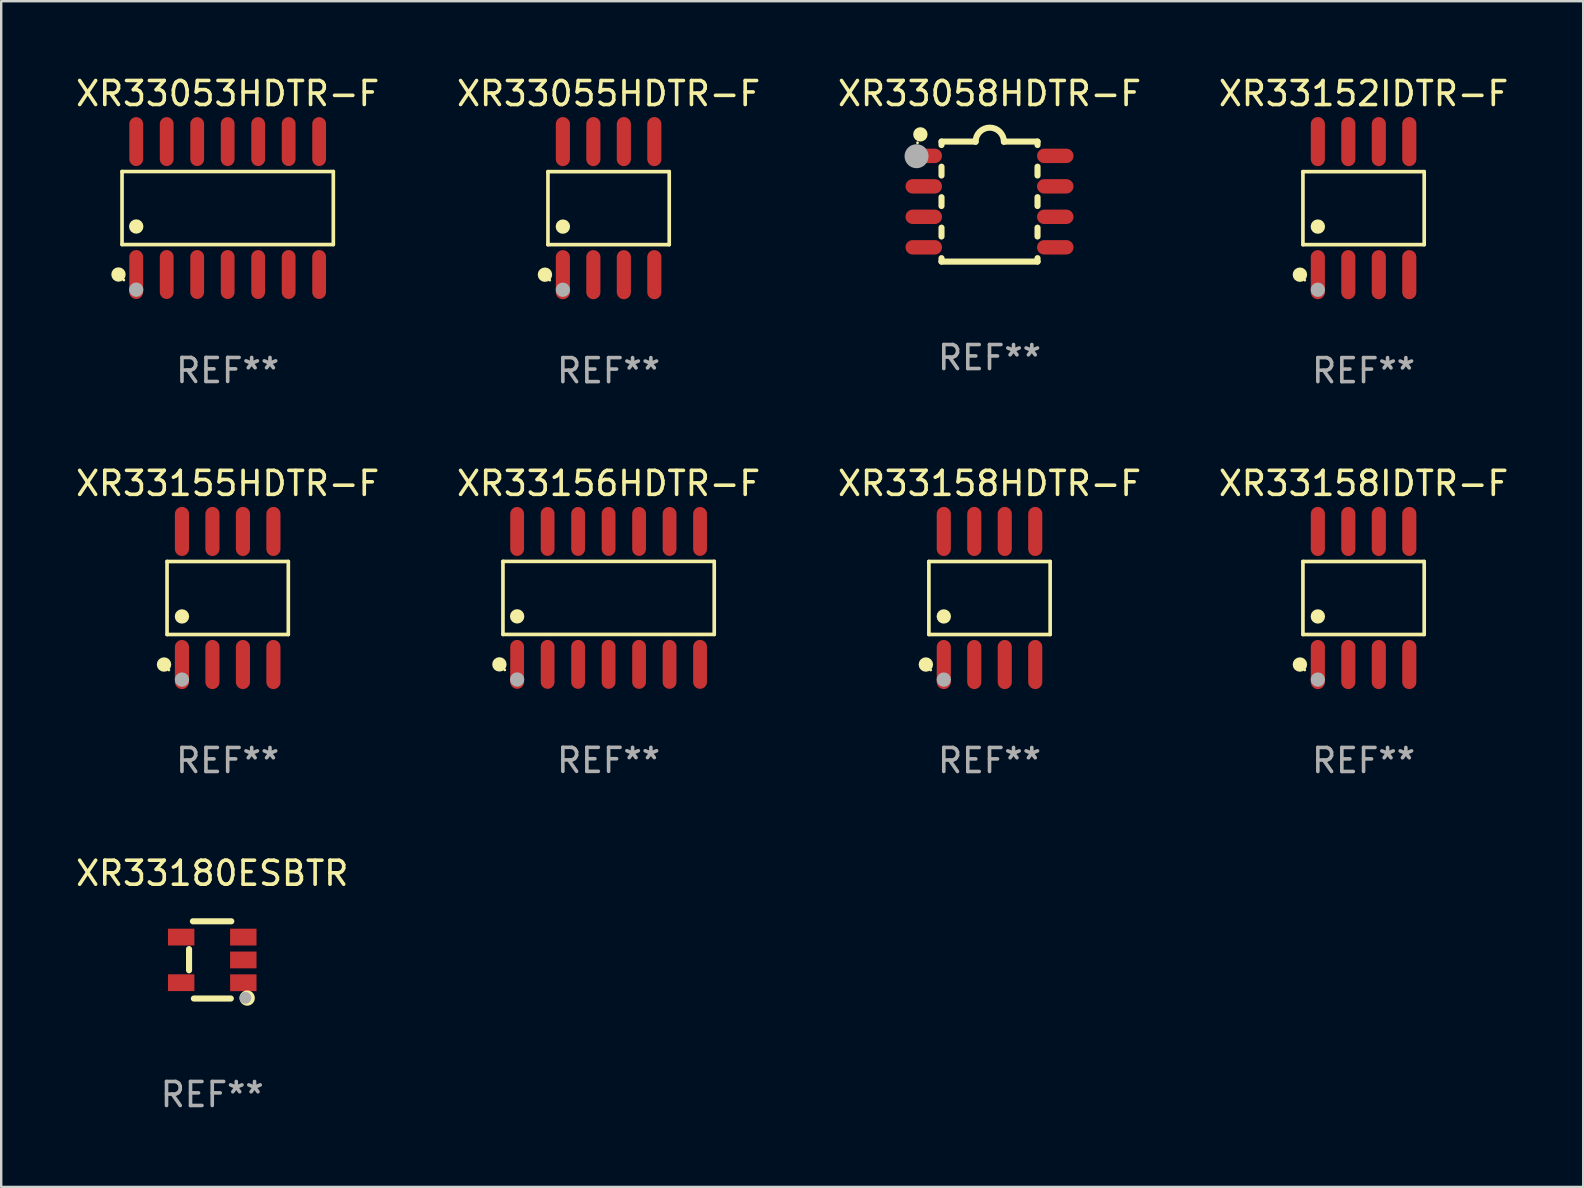
<source format=kicad_pcb>
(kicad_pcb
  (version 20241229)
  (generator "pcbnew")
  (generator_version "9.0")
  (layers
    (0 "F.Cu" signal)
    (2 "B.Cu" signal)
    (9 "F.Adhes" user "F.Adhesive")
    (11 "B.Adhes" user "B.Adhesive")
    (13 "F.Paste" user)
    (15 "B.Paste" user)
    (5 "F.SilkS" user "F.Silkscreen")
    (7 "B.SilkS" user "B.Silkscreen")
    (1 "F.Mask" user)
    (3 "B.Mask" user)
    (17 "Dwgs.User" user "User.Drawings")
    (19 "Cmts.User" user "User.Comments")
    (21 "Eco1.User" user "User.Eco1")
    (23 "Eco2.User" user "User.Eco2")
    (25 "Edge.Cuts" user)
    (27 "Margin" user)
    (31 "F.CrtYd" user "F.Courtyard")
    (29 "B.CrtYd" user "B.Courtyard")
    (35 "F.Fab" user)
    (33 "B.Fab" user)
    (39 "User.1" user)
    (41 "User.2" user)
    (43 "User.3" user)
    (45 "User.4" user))
  (footprint "XR33053HDTR-F"
    (layer "F.Cu")
    (at 6.435 5.617)
    (property "Reference" "XR33053HDTR-F" (at 0 -4.769 0) (layer "F.SilkS") (effects (font (size 1 1) (thickness 0.15))))
    (attr through_hole)
    (fp_line (start -4.401 -1.521) (end 4.401 -1.521) (stroke (width 0.152) (type solid)) (layer "F.SilkS"))
    (fp_line (start -4.401 1.521) (end -4.401 -1.521) (stroke (width 0.152) (type solid)) (layer "F.SilkS"))
    (fp_line (start 4.401 -1.521) (end 4.401 1.521) (stroke (width 0.152) (type solid)) (layer "F.SilkS"))
    (fp_line (start 4.401 1.521) (end -4.401 1.521) (stroke (width 0.152) (type solid)) (layer "F.SilkS"))
    (fp_circle (center -4.549 2.769) (end -4.399 2.769) (stroke (width 0.3) (type solid)) (fill no) (layer "F.SilkS"))
    (fp_circle (center -4.325 3) (end -4.295 3) (stroke (width 0.06) (type solid)) (fill no) (layer "F.SilkS"))
    (fp_circle (center -3.81 0.769) (end -3.66 0.769) (stroke (width 0.3) (type solid)) (fill no) (layer "F.SilkS"))
    (fp_circle (center -3.81 3.4) (end -3.66 3.4) (stroke (width 0.3) (type solid)) (fill no) (layer "F.Fab"))
    (fp_text user "REF**" (at 0 6.769 0) (layer "F.Fab") (effects (font (size 1 1) (thickness 0.15))))
    (pad "1" smd oval (at -3.81 2.769) (size 0.574 2.038) (layers "F.Cu" "F.Mask" "F.Paste"))
    (pad "2" smd oval (at -2.54 2.769) (size 0.574 2.038) (layers "F.Cu" "F.Mask" "F.Paste"))
    (pad "3" smd oval (at -1.27 2.769) (size 0.574 2.038) (layers "F.Cu" "F.Mask" "F.Paste"))
    (pad "4" smd oval (at 0 2.769) (size 0.574 2.038) (layers "F.Cu" "F.Mask" "F.Paste"))
    (pad "5" smd oval (at 1.27 2.769) (size 0.574 2.038) (layers "F.Cu" "F.Mask" "F.Paste"))
    (pad "6" smd oval (at 2.54 2.769) (size 0.574 2.038) (layers "F.Cu" "F.Mask" "F.Paste"))
    (pad "7" smd oval (at 3.81 2.769) (size 0.574 2.038) (layers "F.Cu" "F.Mask" "F.Paste"))
    (pad "8" smd oval (at 3.81 -2.769) (size 0.574 2.038) (layers "F.Cu" "F.Mask" "F.Paste"))
    (pad "9" smd oval (at 2.54 -2.769) (size 0.574 2.038) (layers "F.Cu" "F.Mask" "F.Paste"))
    (pad "10" smd oval (at 1.27 -2.769) (size 0.574 2.038) (layers "F.Cu" "F.Mask" "F.Paste"))
    (pad "11" smd oval (at 0 -2.769) (size 0.574 2.038) (layers "F.Cu" "F.Mask" "F.Paste"))
    (pad "12" smd oval (at -1.27 -2.769) (size 0.574 2.038) (layers "F.Cu" "F.Mask" "F.Paste"))
    (pad "13" smd oval (at -2.54 -2.769) (size 0.574 2.038) (layers "F.Cu" "F.Mask" "F.Paste"))
    (pad "14" smd oval (at -3.81 -2.769) (size 0.574 2.038) (layers "F.Cu" "F.Mask" "F.Paste")))
  (footprint "XR33055HDTR-F"
    (layer "F.Cu")
    (at 22.304 5.621)
    (property "Reference" "XR33055HDTR-F" (at 0 -4.772 0) (layer "F.SilkS") (effects (font (size 1 1) (thickness 0.15))))
    (attr through_hole)
    (fp_line (start -2.526 -1.521) (end 2.526 -1.521) (stroke (width 0.152) (type solid)) (layer "F.SilkS"))
    (fp_line (start -2.526 1.521) (end -2.526 -1.521) (stroke (width 0.152) (type solid)) (layer "F.SilkS"))
    (fp_line (start 2.526 -1.521) (end 2.526 1.521) (stroke (width 0.152) (type solid)) (layer "F.SilkS"))
    (fp_line (start 2.526 1.521) (end -2.526 1.521) (stroke (width 0.152) (type solid)) (layer "F.SilkS"))
    (fp_circle (center -2.652 2.772) (end -2.501 2.772) (stroke (width 0.3) (type solid)) (fill no) (layer "F.SilkS"))
    (fp_circle (center -2.45 3) (end -2.42 3) (stroke (width 0.06) (type solid)) (fill no) (layer "F.SilkS"))
    (fp_circle (center -1.905 0.769) (end -1.755 0.769) (stroke (width 0.3) (type solid)) (fill no) (layer "F.SilkS"))
    (fp_circle (center -1.905 3.4) (end -1.755 3.4) (stroke (width 0.3) (type solid)) (fill no) (layer "F.Fab"))
    (fp_text user "REF**" (at 0 6.772 0) (layer "F.Fab") (effects (font (size 1 1) (thickness 0.15))))
    (pad "1" smd oval (at -1.905 2.772) (size 0.588 2.045) (layers "F.Cu" "F.Mask" "F.Paste"))
    (pad "2" smd oval (at -0.635 2.772) (size 0.588 2.045) (layers "F.Cu" "F.Mask" "F.Paste"))
    (pad "3" smd oval (at 0.635 2.772) (size 0.588 2.045) (layers "F.Cu" "F.Mask" "F.Paste"))
    (pad "4" smd oval (at 1.905 2.772) (size 0.588 2.045) (layers "F.Cu" "F.Mask" "F.Paste"))
    (pad "5" smd oval (at 1.905 -2.772) (size 0.588 2.045) (layers "F.Cu" "F.Mask" "F.Paste"))
    (pad "6" smd oval (at 0.635 -2.772) (size 0.588 2.045) (layers "F.Cu" "F.Mask" "F.Paste"))
    (pad "7" smd oval (at -0.635 -2.772) (size 0.588 2.045) (layers "F.Cu" "F.Mask" "F.Paste"))
    (pad "8" smd oval (at -1.905 -2.772) (size 0.588 2.045) (layers "F.Cu" "F.Mask" "F.Paste")))
  (footprint "XR33152IDTR-F"
    (layer "F.Cu")
    (at 53.756 5.621)
    (property "Reference" "XR33152IDTR-F" (at 0 -4.772 0) (layer "F.SilkS") (effects (font (size 1 1) (thickness 0.15))))
    (attr through_hole)
    (fp_line (start -2.526 -1.521) (end 2.526 -1.521) (stroke (width 0.152) (type solid)) (layer "F.SilkS"))
    (fp_line (start -2.526 1.521) (end -2.526 -1.521) (stroke (width 0.152) (type solid)) (layer "F.SilkS"))
    (fp_line (start 2.526 -1.521) (end 2.526 1.521) (stroke (width 0.152) (type solid)) (layer "F.SilkS"))
    (fp_line (start 2.526 1.521) (end -2.526 1.521) (stroke (width 0.152) (type solid)) (layer "F.SilkS"))
    (fp_circle (center -2.652 2.772) (end -2.501 2.772) (stroke (width 0.3) (type solid)) (fill no) (layer "F.SilkS"))
    (fp_circle (center -2.45 3) (end -2.42 3) (stroke (width 0.06) (type solid)) (fill no) (layer "F.SilkS"))
    (fp_circle (center -1.905 0.769) (end -1.755 0.769) (stroke (width 0.3) (type solid)) (fill no) (layer "F.SilkS"))
    (fp_circle (center -1.905 3.4) (end -1.755 3.4) (stroke (width 0.3) (type solid)) (fill no) (layer "F.Fab"))
    (fp_text user "REF**" (at 0 6.772 0) (layer "F.Fab") (effects (font (size 1 1) (thickness 0.15))))
    (pad "1" smd oval (at -1.905 2.772) (size 0.588 2.045) (layers "F.Cu" "F.Mask" "F.Paste"))
    (pad "2" smd oval (at -0.635 2.772) (size 0.588 2.045) (layers "F.Cu" "F.Mask" "F.Paste"))
    (pad "3" smd oval (at 0.635 2.772) (size 0.588 2.045) (layers "F.Cu" "F.Mask" "F.Paste"))
    (pad "4" smd oval (at 1.905 2.772) (size 0.588 2.045) (layers "F.Cu" "F.Mask" "F.Paste"))
    (pad "5" smd oval (at 1.905 -2.772) (size 0.588 2.045) (layers "F.Cu" "F.Mask" "F.Paste"))
    (pad "6" smd oval (at 0.635 -2.772) (size 0.588 2.045) (layers "F.Cu" "F.Mask" "F.Paste"))
    (pad "7" smd oval (at -0.635 -2.772) (size 0.588 2.045) (layers "F.Cu" "F.Mask" "F.Paste"))
    (pad "8" smd oval (at -1.905 -2.772) (size 0.588 2.045) (layers "F.Cu" "F.Mask" "F.Paste")))
  (footprint "XR33156HDTR-F"
    (layer "F.Cu")
    (at 22.304 21.859)
    (property "Reference" "XR33156HDTR-F" (at 0 -4.769 0) (layer "F.SilkS") (effects (font (size 1 1) (thickness 0.15))))
    (attr through_hole)
    (fp_line (start -4.401 -1.521) (end 4.401 -1.521) (stroke (width 0.152) (type solid)) (layer "F.SilkS"))
    (fp_line (start -4.401 1.521) (end -4.401 -1.521) (stroke (width 0.152) (type solid)) (layer "F.SilkS"))
    (fp_line (start 4.401 -1.521) (end 4.401 1.521) (stroke (width 0.152) (type solid)) (layer "F.SilkS"))
    (fp_line (start 4.401 1.521) (end -4.401 1.521) (stroke (width 0.152) (type solid)) (layer "F.SilkS"))
    (fp_circle (center -4.549 2.769) (end -4.399 2.769) (stroke (width 0.3) (type solid)) (fill no) (layer "F.SilkS"))
    (fp_circle (center -4.325 3) (end -4.295 3) (stroke (width 0.06) (type solid)) (fill no) (layer "F.SilkS"))
    (fp_circle (center -3.81 0.769) (end -3.66 0.769) (stroke (width 0.3) (type solid)) (fill no) (layer "F.SilkS"))
    (fp_circle (center -3.81 3.4) (end -3.66 3.4) (stroke (width 0.3) (type solid)) (fill no) (layer "F.Fab"))
    (fp_text user "REF**" (at 0 6.769 0) (layer "F.Fab") (effects (font (size 1 1) (thickness 0.15))))
    (pad "1" smd oval (at -3.81 2.769) (size 0.574 2.038) (layers "F.Cu" "F.Mask" "F.Paste"))
    (pad "2" smd oval (at -2.54 2.769) (size 0.574 2.038) (layers "F.Cu" "F.Mask" "F.Paste"))
    (pad "3" smd oval (at -1.27 2.769) (size 0.574 2.038) (layers "F.Cu" "F.Mask" "F.Paste"))
    (pad "4" smd oval (at 0 2.769) (size 0.574 2.038) (layers "F.Cu" "F.Mask" "F.Paste"))
    (pad "5" smd oval (at 1.27 2.769) (size 0.574 2.038) (layers "F.Cu" "F.Mask" "F.Paste"))
    (pad "6" smd oval (at 2.54 2.769) (size 0.574 2.038) (layers "F.Cu" "F.Mask" "F.Paste"))
    (pad "7" smd oval (at 3.81 2.769) (size 0.574 2.038) (layers "F.Cu" "F.Mask" "F.Paste"))
    (pad "8" smd oval (at 3.81 -2.769) (size 0.574 2.038) (layers "F.Cu" "F.Mask" "F.Paste"))
    (pad "9" smd oval (at 2.54 -2.769) (size 0.574 2.038) (layers "F.Cu" "F.Mask" "F.Paste"))
    (pad "10" smd oval (at 1.27 -2.769) (size 0.574 2.038) (layers "F.Cu" "F.Mask" "F.Paste"))
    (pad "11" smd oval (at 0 -2.769) (size 0.574 2.038) (layers "F.Cu" "F.Mask" "F.Paste"))
    (pad "12" smd oval (at -1.27 -2.769) (size 0.574 2.038) (layers "F.Cu" "F.Mask" "F.Paste"))
    (pad "13" smd oval (at -2.54 -2.769) (size 0.574 2.038) (layers "F.Cu" "F.Mask" "F.Paste"))
    (pad "14" smd oval (at -3.81 -2.769) (size 0.574 2.038) (layers "F.Cu" "F.Mask" "F.Paste")))
  (footprint "XR33180ESBTR"
    (layer "F.Cu")
    (at 5.792 36.94)
    (property "Reference" "XR33180ESBTR" (at 0 -3.609 0) (layer "F.SilkS") (effects (font (size 1 1) (thickness 0.15))))
    (attr through_hole)
    (fp_line (start -0.966 0.433) (end -0.966 -0.451) (stroke (width 0.254) (type solid)) (layer "F.SilkS"))
    (fp_line (start -0.806 -1.609) (end 0.794 -1.609) (stroke (width 0.254) (type solid)) (layer "F.SilkS"))
    (fp_line (start -0.766 1.609) (end 0.774 1.609) (stroke (width 0.254) (type solid)) (layer "F.SilkS"))
    (fp_circle (center 1.4 1.45) (end 1.43 1.45) (stroke (width 0.06) (type solid)) (fill no) (layer "F.SilkS"))
    (fp_circle (center 1.456 1.589) (end 1.52 1.589) (stroke (width 0.254) (type solid)) (fill no) (layer "F.SilkS"))
    (fp_circle (center 1.38 1.58) (end 1.505 1.58) (stroke (width 0.25) (type solid)) (fill no) (layer "F.Fab"))
    (fp_text user "REF**" (at 0 5.609 0) (layer "F.Fab") (effects (font (size 1 1) (thickness 0.15))))
    (pad "1" smd rect (at 1.294 0.951) (size 1.1 0.7) (layers "F.Cu" "F.Mask" "F.Paste"))
    (pad "2" smd rect (at 1.294 0.001) (size 1.1 0.7) (layers "F.Cu" "F.Mask" "F.Paste"))
    (pad "3" smd rect (at 1.294 -0.951) (size 1.1 0.7) (layers "F.Cu" "F.Mask" "F.Paste"))
    (pad "4" smd rect (at -1.294 -0.951 180) (size 1.1 0.7) (layers "F.Cu" "F.Mask" "F.Paste"))
    (pad "5" smd rect (at -1.294 0.949 180) (size 1.1 0.7) (layers "F.Cu" "F.Mask" "F.Paste")))
  (footprint "XR33155HDTR-F"
    (layer "F.Cu")
    (at 6.435 21.862)
    (property "Reference" "XR33155HDTR-F" (at 0 -4.772 0) (layer "F.SilkS") (effects (font (size 1 1) (thickness 0.15))))
    (attr through_hole)
    (fp_line (start -2.526 -1.521) (end 2.526 -1.521) (stroke (width 0.152) (type solid)) (layer "F.SilkS"))
    (fp_line (start -2.526 1.521) (end -2.526 -1.521) (stroke (width 0.152) (type solid)) (layer "F.SilkS"))
    (fp_line (start 2.526 -1.521) (end 2.526 1.521) (stroke (width 0.152) (type solid)) (layer "F.SilkS"))
    (fp_line (start 2.526 1.521) (end -2.526 1.521) (stroke (width 0.152) (type solid)) (layer "F.SilkS"))
    (fp_circle (center -2.652 2.772) (end -2.501 2.772) (stroke (width 0.3) (type solid)) (fill no) (layer "F.SilkS"))
    (fp_circle (center -2.45 3) (end -2.42 3) (stroke (width 0.06) (type solid)) (fill no) (layer "F.SilkS"))
    (fp_circle (center -1.905 0.769) (end -1.755 0.769) (stroke (width 0.3) (type solid)) (fill no) (layer "F.SilkS"))
    (fp_circle (center -1.905 3.4) (end -1.755 3.4) (stroke (width 0.3) (type solid)) (fill no) (layer "F.Fab"))
    (fp_text user "REF**" (at 0 6.772 0) (layer "F.Fab") (effects (font (size 1 1) (thickness 0.15))))
    (pad "1" smd oval (at -1.905 2.772) (size 0.588 2.045) (layers "F.Cu" "F.Mask" "F.Paste"))
    (pad "2" smd oval (at -0.635 2.772) (size 0.588 2.045) (layers "F.Cu" "F.Mask" "F.Paste"))
    (pad "3" smd oval (at 0.635 2.772) (size 0.588 2.045) (layers "F.Cu" "F.Mask" "F.Paste"))
    (pad "4" smd oval (at 1.905 2.772) (size 0.588 2.045) (layers "F.Cu" "F.Mask" "F.Paste"))
    (pad "5" smd oval (at 1.905 -2.772) (size 0.588 2.045) (layers "F.Cu" "F.Mask" "F.Paste"))
    (pad "6" smd oval (at 0.635 -2.772) (size 0.588 2.045) (layers "F.Cu" "F.Mask" "F.Paste"))
    (pad "7" smd oval (at -0.635 -2.772) (size 0.588 2.045) (layers "F.Cu" "F.Mask" "F.Paste"))
    (pad "8" smd oval (at -1.905 -2.772) (size 0.588 2.045) (layers "F.Cu" "F.Mask" "F.Paste")))
  (footprint "XR33058HDTR-F"
    (layer "F.Cu")
    (at 38.173 5.348)
    (property "Reference" "XR33058HDTR-F" (at 0 -4.5 0) (layer "F.SilkS") (effects (font (size 1 1) (thickness 0.15))))
    (attr through_hole)
    (fp_line (start -2 -2.5) (end -2 -2.356) (stroke (width 0.254) (type solid)) (layer "F.SilkS"))
    (fp_line (start -2 -1.454) (end -2 -1.086) (stroke (width 0.254) (type solid)) (layer "F.SilkS"))
    (fp_line (start -2 -0.184) (end -2 0.184) (stroke (width 0.254) (type solid)) (layer "F.SilkS"))
    (fp_line (start -2 1.086) (end -2 1.454) (stroke (width 0.254) (type solid)) (layer "F.SilkS"))
    (fp_line (start -2 2.356) (end -2 2.5) (stroke (width 0.254) (type solid)) (layer "F.SilkS"))
    (fp_line (start -0.58 -2.5) (end -2 -2.5) (stroke (width 0.254) (type solid)) (layer "F.SilkS"))
    (fp_line (start 2 -2.5) (end 0.6 -2.5) (stroke (width 0.254) (type solid)) (layer "F.SilkS"))
    (fp_line (start 2 -2.5) (end 2 -2.356) (stroke (width 0.254) (type solid)) (layer "F.SilkS"))
    (fp_line (start 2 -1.454) (end 2 -1.086) (stroke (width 0.254) (type solid)) (layer "F.SilkS"))
    (fp_line (start 2 -0.184) (end 2 0.184) (stroke (width 0.254) (type solid)) (layer "F.SilkS"))
    (fp_line (start 2 1.086) (end 2 1.454) (stroke (width 0.254) (type solid)) (layer "F.SilkS"))
    (fp_line (start 2 2.356) (end 2 2.5) (stroke (width 0.254) (type solid)) (layer "F.SilkS"))
    (fp_line (start 2 2.5) (end -2 2.5) (stroke (width 0.254) (type solid)) (layer "F.SilkS"))
    (fp_arc (start -0.579908 -2.489992) (mid 0.010097 -3.07831) (end 0.600102 -2.489992) (stroke (width 0.254001) (type solid)) (layer "F.SilkS"))
    (fp_circle (center -3 -2.45) (end -2.97 -2.45) (stroke (width 0.06) (type solid)) (fill no) (layer "F.SilkS"))
    (fp_circle (center -2.88 -2.8) (end -2.73 -2.8) (stroke (width 0.3) (type solid)) (fill no) (layer "F.SilkS"))
    (fp_circle (center -3.04 -1.89) (end -2.79 -1.89) (stroke (width 0.5) (type solid)) (fill no) (layer "F.Fab"))
    (fp_text user "REF**" (at 0 6.5 0) (layer "F.Fab") (effects (font (size 1 1) (thickness 0.15))))
    (pad "1" smd oval (at -2.74 -1.905 90) (size 0.6 1.52) (layers "F.Cu" "F.Mask" "F.Paste"))
    (pad "2" smd oval (at -2.74 -0.635 90) (size 0.6 1.52) (layers "F.Cu" "F.Mask" "F.Paste"))
    (pad "3" smd oval (at -2.74 0.635 90) (size 0.6 1.52) (layers "F.Cu" "F.Mask" "F.Paste"))
    (pad "4" smd oval (at -2.74 1.905 90) (size 0.6 1.52) (layers "F.Cu" "F.Mask" "F.Paste"))
    (pad "5" smd oval (at 2.74 1.905 90) (size 0.6 1.52) (layers "F.Cu" "F.Mask" "F.Paste"))
    (pad "6" smd oval (at 2.74 0.635 90) (size 0.6 1.52) (layers "F.Cu" "F.Mask" "F.Paste"))
    (pad "7" smd oval (at 2.74 -0.635 90) (size 0.6 1.52) (layers "F.Cu" "F.Mask" "F.Paste"))
    (pad "8" smd oval (at 2.74 -1.905 90) (size 0.6 1.52) (layers "F.Cu" "F.Mask" "F.Paste")))
  (footprint "XR33158IDTR-F"
    (layer "F.Cu")
    (at 53.756 21.862)
    (property "Reference" "XR33158IDTR-F" (at 0 -4.772 0) (layer "F.SilkS") (effects (font (size 1 1) (thickness 0.15))))
    (attr through_hole)
    (fp_line (start -2.526 -1.521) (end 2.526 -1.521) (stroke (width 0.152) (type solid)) (layer "F.SilkS"))
    (fp_line (start -2.526 1.521) (end -2.526 -1.521) (stroke (width 0.152) (type solid)) (layer "F.SilkS"))
    (fp_line (start 2.526 -1.521) (end 2.526 1.521) (stroke (width 0.152) (type solid)) (layer "F.SilkS"))
    (fp_line (start 2.526 1.521) (end -2.526 1.521) (stroke (width 0.152) (type solid)) (layer "F.SilkS"))
    (fp_circle (center -2.652 2.772) (end -2.501 2.772) (stroke (width 0.3) (type solid)) (fill no) (layer "F.SilkS"))
    (fp_circle (center -2.45 3) (end -2.42 3) (stroke (width 0.06) (type solid)) (fill no) (layer "F.SilkS"))
    (fp_circle (center -1.905 0.769) (end -1.755 0.769) (stroke (width 0.3) (type solid)) (fill no) (layer "F.SilkS"))
    (fp_circle (center -1.905 3.4) (end -1.755 3.4) (stroke (width 0.3) (type solid)) (fill no) (layer "F.Fab"))
    (fp_text user "REF**" (at 0 6.772 0) (layer "F.Fab") (effects (font (size 1 1) (thickness 0.15))))
    (pad "1" smd oval (at -1.905 2.772) (size 0.588 2.045) (layers "F.Cu" "F.Mask" "F.Paste"))
    (pad "2" smd oval (at -0.635 2.772) (size 0.588 2.045) (layers "F.Cu" "F.Mask" "F.Paste"))
    (pad "3" smd oval (at 0.635 2.772) (size 0.588 2.045) (layers "F.Cu" "F.Mask" "F.Paste"))
    (pad "4" smd oval (at 1.905 2.772) (size 0.588 2.045) (layers "F.Cu" "F.Mask" "F.Paste"))
    (pad "5" smd oval (at 1.905 -2.772) (size 0.588 2.045) (layers "F.Cu" "F.Mask" "F.Paste"))
    (pad "6" smd oval (at 0.635 -2.772) (size 0.588 2.045) (layers "F.Cu" "F.Mask" "F.Paste"))
    (pad "7" smd oval (at -0.635 -2.772) (size 0.588 2.045) (layers "F.Cu" "F.Mask" "F.Paste"))
    (pad "8" smd oval (at -1.905 -2.772) (size 0.588 2.045) (layers "F.Cu" "F.Mask" "F.Paste")))
  (footprint "XR33158HDTR-F"
    (layer "F.Cu")
    (at 38.173 21.862)
    (property "Reference" "XR33158HDTR-F" (at 0 -4.772 0) (layer "F.SilkS") (effects (font (size 1 1) (thickness 0.15))))
    (attr through_hole)
    (fp_line (start -2.526 -1.521) (end 2.526 -1.521) (stroke (width 0.152) (type solid)) (layer "F.SilkS"))
    (fp_line (start -2.526 1.521) (end -2.526 -1.521) (stroke (width 0.152) (type solid)) (layer "F.SilkS"))
    (fp_line (start 2.526 -1.521) (end 2.526 1.521) (stroke (width 0.152) (type solid)) (layer "F.SilkS"))
    (fp_line (start 2.526 1.521) (end -2.526 1.521) (stroke (width 0.152) (type solid)) (layer "F.SilkS"))
    (fp_circle (center -2.652 2.772) (end -2.501 2.772) (stroke (width 0.3) (type solid)) (fill no) (layer "F.SilkS"))
    (fp_circle (center -2.45 3) (end -2.42 3) (stroke (width 0.06) (type solid)) (fill no) (layer "F.SilkS"))
    (fp_circle (center -1.905 0.769) (end -1.755 0.769) (stroke (width 0.3) (type solid)) (fill no) (layer "F.SilkS"))
    (fp_circle (center -1.905 3.4) (end -1.755 3.4) (stroke (width 0.3) (type solid)) (fill no) (layer "F.Fab"))
    (fp_text user "REF**" (at 0 6.772 0) (layer "F.Fab") (effects (font (size 1 1) (thickness 0.15))))
    (pad "1" smd oval (at -1.905 2.772) (size 0.588 2.045) (layers "F.Cu" "F.Mask" "F.Paste"))
    (pad "2" smd oval (at -0.635 2.772) (size 0.588 2.045) (layers "F.Cu" "F.Mask" "F.Paste"))
    (pad "3" smd oval (at 0.635 2.772) (size 0.588 2.045) (layers "F.Cu" "F.Mask" "F.Paste"))
    (pad "4" smd oval (at 1.905 2.772) (size 0.588 2.045) (layers "F.Cu" "F.Mask" "F.Paste"))
    (pad "5" smd oval (at 1.905 -2.772) (size 0.588 2.045) (layers "F.Cu" "F.Mask" "F.Paste"))
    (pad "6" smd oval (at 0.635 -2.772) (size 0.588 2.045) (layers "F.Cu" "F.Mask" "F.Paste"))
    (pad "7" smd oval (at -0.635 -2.772) (size 0.588 2.045) (layers "F.Cu" "F.Mask" "F.Paste"))
    (pad "8" smd oval (at -1.905 -2.772) (size 0.588 2.045) (layers "F.Cu" "F.Mask" "F.Paste")))
  (gr_rect
    (start -3 -3)
    (end 62.905 46.397)
    (stroke (width 0.1) (type default))
    (fill no)
    (layer "Edge.Cuts")))
</source>
